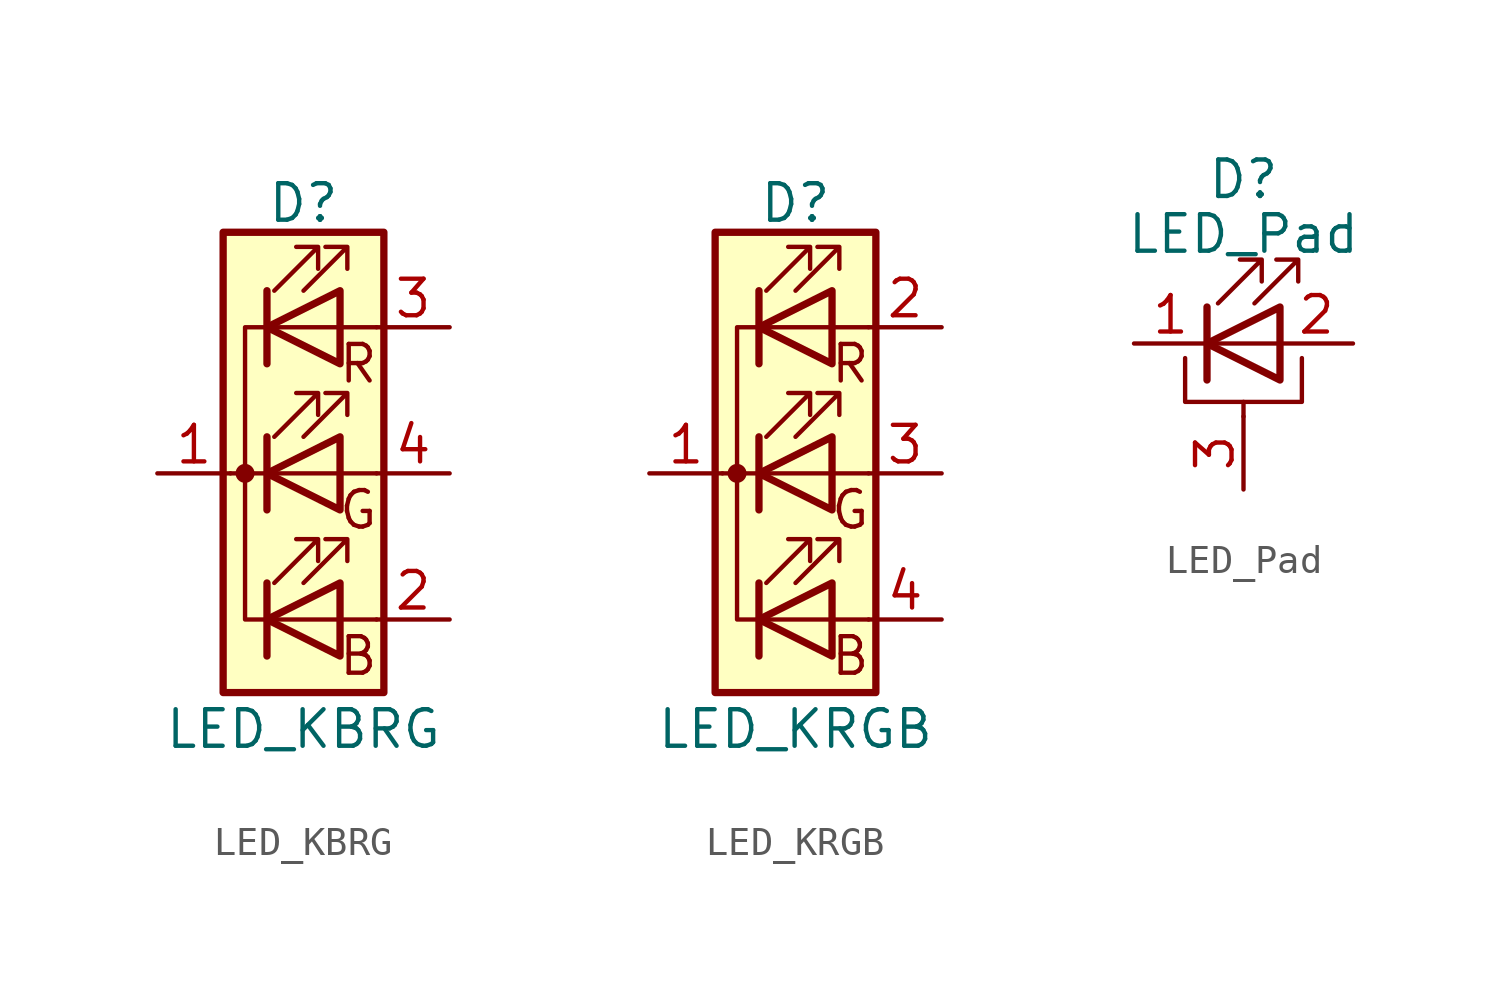
<source format=kicad_sym>
(kicad_symbol_lib
  (version 20211014)
  (generator kicad_symbol_editor)
  (symbol "LED_KBRG"
    (pin_names
      (offset 0) hide)
    (property "Reference" "D"
      (at 0 9.398 0)
      (effects (font (size 1.27 1.27))))
    (property "Value" "LED_KBRG"
      (at 0 -8.89 0)
      (effects (font (size 1.27 1.27))))
    (symbol "LED_KBRG_0_0"
      (text "B" (at 1.905 -6.35 0) (effects (font (size 1.27 1.27))))
      (text "G" (at 1.905 -1.27 0) (effects (font (size 1.27 1.27))))
      (text "R" (at 1.905 3.81 0) (effects (font (size 1.27 1.27)))))
    (symbol "LED_KBRG_0_1"
      (circle (center -2.032 0) (radius 0.254) (stroke (width 0) (type default) (color 0 0 0 0)) (fill (type outline)))
      (polyline (pts (xy -1.27 -5.08) (xy 1.27 -5.08)) (stroke (width 0) (type default) (color 0 0 0 0)) (fill (type none)))
      (polyline (pts (xy -1.27 -3.81) (xy -1.27 -6.35)) (stroke (width 0.254) (type default) (color 0 0 0 0)) (fill (type none)))
      (polyline (pts (xy -1.27 0) (xy -2.54 0)) (stroke (width 0) (type default) (color 0 0 0 0)) (fill (type none)))
      (polyline (pts (xy -1.27 1.27) (xy -1.27 -1.27)) (stroke (width 0.254) (type default) (color 0 0 0 0)) (fill (type none)))
      (polyline (pts (xy -1.27 5.08) (xy 1.27 5.08)) (stroke (width 0) (type default) (color 0 0 0 0)) (fill (type none)))
      (polyline (pts (xy -1.27 6.35) (xy -1.27 3.81)) (stroke (width 0.254) (type default) (color 0 0 0 0)) (fill (type none)))
      (polyline (pts (xy 1.27 -5.08) (xy 2.54 -5.08)) (stroke (width 0) (type default) (color 0 0 0 0)) (fill (type none)))
      (polyline (pts (xy 1.27 0) (xy -1.27 0)) (stroke (width 0) (type default) (color 0 0 0 0)) (fill (type none)))
      (polyline (pts (xy 1.27 0) (xy 2.54 0)) (stroke (width 0) (type default) (color 0 0 0 0)) (fill (type none)))
      (polyline (pts (xy 1.27 5.08) (xy 2.54 5.08)) (stroke (width 0) (type default) (color 0 0 0 0)) (fill (type none)))
      (polyline (pts (xy -1.27 1.27) (xy -1.27 -1.27) (xy -1.27 -1.27)) (stroke (width 0) (type default) (color 0 0 0 0)) (fill (type none)))
      (polyline (pts (xy -1.27 6.35) (xy -1.27 3.81) (xy -1.27 3.81)) (stroke (width 0) (type default) (color 0 0 0 0)) (fill (type none)))
      (polyline (pts (xy -1.27 5.08) (xy -2.032 5.08) (xy -2.032 -5.08) (xy -1.016 -5.08)) (stroke (width 0) (type default) (color 0 0 0 0)) (fill (type none)))
      (polyline (pts (xy 1.27 -3.81) (xy 1.27 -6.35) (xy -1.27 -5.08) (xy 1.27 -3.81)) (stroke (width 0.254) (type default) (color 0 0 0 0)) (fill (type none)))
      (polyline (pts (xy 1.27 1.27) (xy 1.27 -1.27) (xy -1.27 0) (xy 1.27 1.27)) (stroke (width 0.254) (type default) (color 0 0 0 0)) (fill (type none)))
      (polyline (pts (xy 1.27 6.35) (xy 1.27 3.81) (xy -1.27 5.08) (xy 1.27 6.35)) (stroke (width 0.254) (type default) (color 0 0 0 0)) (fill (type none)))
      (polyline (pts (xy -1.016 -3.81) (xy 0.508 -2.286) (xy -0.254 -2.286) (xy 0.508 -2.286) (xy 0.508 -3.048)) (stroke (width 0) (type default) (color 0 0 0 0)) (fill (type none)))
      (polyline (pts (xy -1.016 1.27) (xy 0.508 2.794) (xy -0.254 2.794) (xy 0.508 2.794) (xy 0.508 2.032)) (stroke (width 0) (type default) (color 0 0 0 0)) (fill (type none)))
      (polyline (pts (xy -1.016 6.35) (xy 0.508 7.874) (xy -0.254 7.874) (xy 0.508 7.874) (xy 0.508 7.112)) (stroke (width 0) (type default) (color 0 0 0 0)) (fill (type none)))
      (polyline (pts (xy 0 -3.81) (xy 1.524 -2.286) (xy 0.762 -2.286) (xy 1.524 -2.286) (xy 1.524 -3.048)) (stroke (width 0) (type default) (color 0 0 0 0)) (fill (type none)))
      (polyline (pts (xy 0 1.27) (xy 1.524 2.794) (xy 0.762 2.794) (xy 1.524 2.794) (xy 1.524 2.032)) (stroke (width 0) (type default) (color 0 0 0 0)) (fill (type none)))
      (polyline (pts (xy 0 6.35) (xy 1.524 7.874) (xy 0.762 7.874) (xy 1.524 7.874) (xy 1.524 7.112)) (stroke (width 0) (type default) (color 0 0 0 0)) (fill (type none)))
      (rectangle (start 1.27 -1.27) (end 1.27 1.27) (stroke (width 0) (type default) (color 0 0 0 0)) (fill (type none)))
      (rectangle (start 1.27 1.27) (end 1.27 1.27) (stroke (width 0) (type default) (color 0 0 0 0)) (fill (type none)))
      (rectangle (start 1.27 3.81) (end 1.27 6.35) (stroke (width 0) (type default) (color 0 0 0 0)) (fill (type none)))
      (rectangle (start 1.27 6.35) (end 1.27 6.35) (stroke (width 0) (type default) (color 0 0 0 0)) (fill (type none)))
      (rectangle (start 2.794 8.382) (end -2.794 -7.62) (stroke (width 0.254) (type default) (color 0 0 0 0)) (fill (type background))))
    (symbol "LED_KBRG_1_1"
      (pin passive line (at -5.08 0 0) (length 2.54) (name "K" (effects (font (size 1.27 1.27)))) (number "1" (effects (font (size 1.27 1.27)))))
      (pin passive line (at 5.08 -5.08 180) (length 2.54) (name "BA" (effects (font (size 1.27 1.27)))) (number "2" (effects (font (size 1.27 1.27)))))
      (pin passive line (at 5.08 5.08 180) (length 2.54) (name "RA" (effects (font (size 1.27 1.27)))) (number "3" (effects (font (size 1.27 1.27)))))
      (pin passive line (at 5.08 0 180) (length 2.54) (name "GA" (effects (font (size 1.27 1.27)))) (number "4" (effects (font (size 1.27 1.27)))))))
  (symbol "LED_KRGB"
    (pin_names
      (offset 0) hide)
    (property "Reference" "D"
      (at 0 9.398 0)
      (effects (font (size 1.27 1.27))))
    (property "Value" "LED_KRGB"
      (at 0 -8.89 0)
      (effects (font (size 1.27 1.27))))
    (symbol "LED_KRGB_0_0"
      (text "B" (at 1.905 -6.35 0) (effects (font (size 1.27 1.27))))
      (text "G" (at 1.905 -1.27 0) (effects (font (size 1.27 1.27))))
      (text "R" (at 1.905 3.81 0) (effects (font (size 1.27 1.27)))))
    (symbol "LED_KRGB_0_1"
      (circle (center -2.032 0) (radius 0.254) (stroke (width 0) (type default) (color 0 0 0 0)) (fill (type outline)))
      (polyline (pts (xy -1.27 -5.08) (xy 1.27 -5.08)) (stroke (width 0) (type default) (color 0 0 0 0)) (fill (type none)))
      (polyline (pts (xy -1.27 -3.81) (xy -1.27 -6.35)) (stroke (width 0.254) (type default) (color 0 0 0 0)) (fill (type none)))
      (polyline (pts (xy -1.27 0) (xy -2.54 0)) (stroke (width 0) (type default) (color 0 0 0 0)) (fill (type none)))
      (polyline (pts (xy -1.27 1.27) (xy -1.27 -1.27)) (stroke (width 0.254) (type default) (color 0 0 0 0)) (fill (type none)))
      (polyline (pts (xy -1.27 5.08) (xy 1.27 5.08)) (stroke (width 0) (type default) (color 0 0 0 0)) (fill (type none)))
      (polyline (pts (xy -1.27 6.35) (xy -1.27 3.81)) (stroke (width 0.254) (type default) (color 0 0 0 0)) (fill (type none)))
      (polyline (pts (xy 1.27 -5.08) (xy 2.54 -5.08)) (stroke (width 0) (type default) (color 0 0 0 0)) (fill (type none)))
      (polyline (pts (xy 1.27 0) (xy -1.27 0)) (stroke (width 0) (type default) (color 0 0 0 0)) (fill (type none)))
      (polyline (pts (xy 1.27 0) (xy 2.54 0)) (stroke (width 0) (type default) (color 0 0 0 0)) (fill (type none)))
      (polyline (pts (xy 1.27 5.08) (xy 2.54 5.08)) (stroke (width 0) (type default) (color 0 0 0 0)) (fill (type none)))
      (polyline (pts (xy -1.27 1.27) (xy -1.27 -1.27) (xy -1.27 -1.27)) (stroke (width 0) (type default) (color 0 0 0 0)) (fill (type none)))
      (polyline (pts (xy -1.27 6.35) (xy -1.27 3.81) (xy -1.27 3.81)) (stroke (width 0) (type default) (color 0 0 0 0)) (fill (type none)))
      (polyline (pts (xy -1.27 5.08) (xy -2.032 5.08) (xy -2.032 -5.08) (xy -1.016 -5.08)) (stroke (width 0) (type default) (color 0 0 0 0)) (fill (type none)))
      (polyline (pts (xy 1.27 -3.81) (xy 1.27 -6.35) (xy -1.27 -5.08) (xy 1.27 -3.81)) (stroke (width 0.254) (type default) (color 0 0 0 0)) (fill (type none)))
      (polyline (pts (xy 1.27 1.27) (xy 1.27 -1.27) (xy -1.27 0) (xy 1.27 1.27)) (stroke (width 0.254) (type default) (color 0 0 0 0)) (fill (type none)))
      (polyline (pts (xy 1.27 6.35) (xy 1.27 3.81) (xy -1.27 5.08) (xy 1.27 6.35)) (stroke (width 0.254) (type default) (color 0 0 0 0)) (fill (type none)))
      (polyline (pts (xy -1.016 -3.81) (xy 0.508 -2.286) (xy -0.254 -2.286) (xy 0.508 -2.286) (xy 0.508 -3.048)) (stroke (width 0) (type default) (color 0 0 0 0)) (fill (type none)))
      (polyline (pts (xy -1.016 1.27) (xy 0.508 2.794) (xy -0.254 2.794) (xy 0.508 2.794) (xy 0.508 2.032)) (stroke (width 0) (type default) (color 0 0 0 0)) (fill (type none)))
      (polyline (pts (xy -1.016 6.35) (xy 0.508 7.874) (xy -0.254 7.874) (xy 0.508 7.874) (xy 0.508 7.112)) (stroke (width 0) (type default) (color 0 0 0 0)) (fill (type none)))
      (polyline (pts (xy 0 -3.81) (xy 1.524 -2.286) (xy 0.762 -2.286) (xy 1.524 -2.286) (xy 1.524 -3.048)) (stroke (width 0) (type default) (color 0 0 0 0)) (fill (type none)))
      (polyline (pts (xy 0 1.27) (xy 1.524 2.794) (xy 0.762 2.794) (xy 1.524 2.794) (xy 1.524 2.032)) (stroke (width 0) (type default) (color 0 0 0 0)) (fill (type none)))
      (polyline (pts (xy 0 6.35) (xy 1.524 7.874) (xy 0.762 7.874) (xy 1.524 7.874) (xy 1.524 7.112)) (stroke (width 0) (type default) (color 0 0 0 0)) (fill (type none)))
      (rectangle (start 1.27 -1.27) (end 1.27 1.27) (stroke (width 0) (type default) (color 0 0 0 0)) (fill (type none)))
      (rectangle (start 1.27 1.27) (end 1.27 1.27) (stroke (width 0) (type default) (color 0 0 0 0)) (fill (type none)))
      (rectangle (start 1.27 3.81) (end 1.27 6.35) (stroke (width 0) (type default) (color 0 0 0 0)) (fill (type none)))
      (rectangle (start 1.27 6.35) (end 1.27 6.35) (stroke (width 0) (type default) (color 0 0 0 0)) (fill (type none)))
      (rectangle (start 2.794 8.382) (end -2.794 -7.62) (stroke (width 0.254) (type default) (color 0 0 0 0)) (fill (type background))))
    (symbol "LED_KRGB_1_1"
      (pin passive line (at -5.08 0 0) (length 2.54) (name "K" (effects (font (size 1.27 1.27)))) (number "1" (effects (font (size 1.27 1.27)))))
      (pin passive line (at 5.08 5.08 180) (length 2.54) (name "RA" (effects (font (size 1.27 1.27)))) (number "2" (effects (font (size 1.27 1.27)))))
      (pin passive line (at 5.08 0 180) (length 2.54) (name "GA" (effects (font (size 1.27 1.27)))) (number "3" (effects (font (size 1.27 1.27)))))
      (pin passive line (at 5.08 -5.08 180) (length 2.54) (name "BA" (effects (font (size 1.27 1.27)))) (number "4" (effects (font (size 1.27 1.27)))))))
  (symbol "LED_Pad"
    (pin_names
      (offset 1.016) hide)
    (property "Reference" "D"
      (at 0 5.715 0)
      (effects (font (size 1.27 1.27))))
    (property "Value" "LED_Pad"
      (at 0 3.81 0)
      (effects (font (size 1.27 1.27))))
    (symbol "LED_Pad_0_1"
      (polyline (pts (xy -1.27 -1.27) (xy -1.27 1.27)) (stroke (width 0.254) (type default) (color 0 0 0 0)) (fill (type none)))
      (polyline (pts (xy -1.27 0) (xy 1.27 0)) (stroke (width 0) (type default) (color 0 0 0 0)) (fill (type none)))
      (polyline (pts (xy 0 -2.54) (xy 0 -2.032)) (stroke (width 0) (type default) (color 0 0 0 0)) (fill (type none)))
      (polyline (pts (xy -2.032 -0.508) (xy -2.032 -2.032) (xy 2.032 -2.032) (xy 2.032 -0.508)) (stroke (width 0) (type default) (color 0 0 0 0)) (fill (type none)))
      (polyline (pts (xy 1.27 -1.27) (xy 1.27 1.27) (xy -1.27 0) (xy 1.27 -1.27)) (stroke (width 0.254) (type default) (color 0 0 0 0)) (fill (type none)))
      (polyline (pts (xy -0.889 1.397) (xy 0.635 2.921) (xy -0.127 2.921) (xy 0.635 2.921) (xy 0.635 2.159)) (stroke (width 0) (type default) (color 0 0 0 0)) (fill (type none)))
      (polyline (pts (xy 0.381 1.397) (xy 1.905 2.921) (xy 1.143 2.921) (xy 1.905 2.921) (xy 1.905 2.159)) (stroke (width 0) (type default) (color 0 0 0 0)) (fill (type none))))
    (symbol "LED_Pad_1_1"
      (pin passive line (at -3.81 0 0) (length 2.54) (name "K" (effects (font (size 1.27 1.27)))) (number "1" (effects (font (size 1.27 1.27)))))
      (pin passive line (at 3.81 0 180) (length 2.54) (name "A" (effects (font (size 1.27 1.27)))) (number "2" (effects (font (size 1.27 1.27)))))
      (pin passive line (at 0 -5.08 90) (length 2.54) (name "PAD" (effects (font (size 1.27 1.27)))) (number "3" (effects (font (size 1.27 1.27))))))))
</source>
